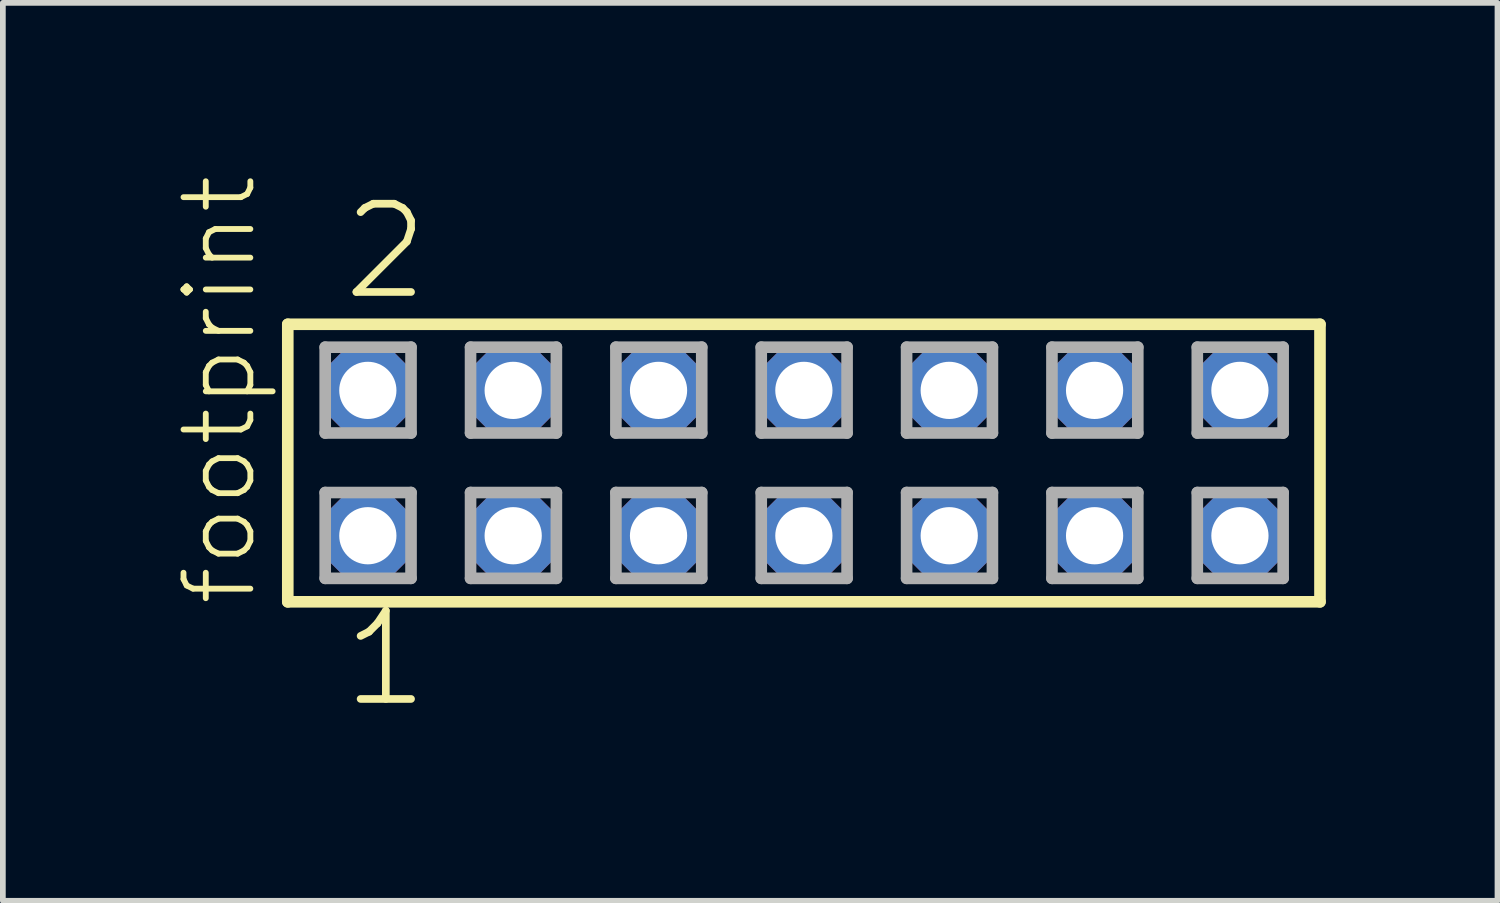
<source format=kicad_pcb>
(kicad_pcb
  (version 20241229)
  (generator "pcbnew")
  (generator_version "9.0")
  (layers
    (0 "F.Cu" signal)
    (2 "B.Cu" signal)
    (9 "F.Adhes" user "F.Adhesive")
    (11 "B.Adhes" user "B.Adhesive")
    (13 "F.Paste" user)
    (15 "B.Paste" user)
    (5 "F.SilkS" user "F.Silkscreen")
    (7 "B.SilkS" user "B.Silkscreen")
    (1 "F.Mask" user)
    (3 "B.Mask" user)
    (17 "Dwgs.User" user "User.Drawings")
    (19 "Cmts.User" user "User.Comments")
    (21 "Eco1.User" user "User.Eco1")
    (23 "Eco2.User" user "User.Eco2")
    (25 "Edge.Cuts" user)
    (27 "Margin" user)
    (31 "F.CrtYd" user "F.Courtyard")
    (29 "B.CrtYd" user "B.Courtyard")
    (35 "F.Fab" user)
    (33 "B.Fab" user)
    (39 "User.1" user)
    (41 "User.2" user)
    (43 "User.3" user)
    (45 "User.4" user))
  (footprint "footprint"
    (layer "F.Cu")
    (at 10.998 5.042)
    (property "Reference" "footprint" (at -9.525 2.54 90) (layer "F.SilkS") (effects (font (size 1.168 1.168) (thickness 0.102)) (justify left bottom)))
    (fp_line (start -9.019 -2.425) (end 9.019 -2.425) (stroke (width 0.203) (type solid)) (layer "F.SilkS"))
    (fp_line (start -9.019 2.425) (end -9.019 -2.425) (stroke (width 0.203) (type solid)) (layer "F.SilkS"))
    (fp_line (start 9.019 -2.425) (end 9.019 2.425) (stroke (width 0.203) (type solid)) (layer "F.SilkS"))
    (fp_line (start 9.019 2.425) (end -9.019 2.425) (stroke (width 0.203) (type solid)) (layer "F.SilkS"))
    (fp_line (start -8.365 -2.025) (end -6.865 -2.025) (stroke (width 0.203) (type solid)) (layer "F.Fab"))
    (fp_line (start -8.365 -0.525) (end -8.365 -2.025) (stroke (width 0.203) (type solid)) (layer "F.Fab"))
    (fp_line (start -8.365 0.515) (end -6.865 0.515) (stroke (width 0.203) (type solid)) (layer "F.Fab"))
    (fp_line (start -8.365 2.015) (end -8.365 0.515) (stroke (width 0.203) (type solid)) (layer "F.Fab"))
    (fp_line (start -6.865 -2.025) (end -6.865 -0.525) (stroke (width 0.203) (type solid)) (layer "F.Fab"))
    (fp_line (start -6.865 -0.525) (end -8.365 -0.525) (stroke (width 0.203) (type solid)) (layer "F.Fab"))
    (fp_line (start -6.865 0.515) (end -6.865 2.015) (stroke (width 0.203) (type solid)) (layer "F.Fab"))
    (fp_line (start -6.865 2.015) (end -8.365 2.015) (stroke (width 0.203) (type solid)) (layer "F.Fab"))
    (fp_line (start -5.825 -2.025) (end -4.325 -2.025) (stroke (width 0.203) (type solid)) (layer "F.Fab"))
    (fp_line (start -5.825 -0.525) (end -5.825 -2.025) (stroke (width 0.203) (type solid)) (layer "F.Fab"))
    (fp_line (start -5.825 0.515) (end -4.325 0.515) (stroke (width 0.203) (type solid)) (layer "F.Fab"))
    (fp_line (start -5.825 2.015) (end -5.825 0.515) (stroke (width 0.203) (type solid)) (layer "F.Fab"))
    (fp_line (start -4.325 -2.025) (end -4.325 -0.525) (stroke (width 0.203) (type solid)) (layer "F.Fab"))
    (fp_line (start -4.325 -0.525) (end -5.825 -0.525) (stroke (width 0.203) (type solid)) (layer "F.Fab"))
    (fp_line (start -4.325 0.515) (end -4.325 2.015) (stroke (width 0.203) (type solid)) (layer "F.Fab"))
    (fp_line (start -4.325 2.015) (end -5.825 2.015) (stroke (width 0.203) (type solid)) (layer "F.Fab"))
    (fp_line (start -3.285 -2.025) (end -1.785 -2.025) (stroke (width 0.203) (type solid)) (layer "F.Fab"))
    (fp_line (start -3.285 -0.525) (end -3.285 -2.025) (stroke (width 0.203) (type solid)) (layer "F.Fab"))
    (fp_line (start -3.285 0.515) (end -1.785 0.515) (stroke (width 0.203) (type solid)) (layer "F.Fab"))
    (fp_line (start -3.285 2.015) (end -3.285 0.515) (stroke (width 0.203) (type solid)) (layer "F.Fab"))
    (fp_line (start -1.785 -2.025) (end -1.785 -0.525) (stroke (width 0.203) (type solid)) (layer "F.Fab"))
    (fp_line (start -1.785 -0.525) (end -3.285 -0.525) (stroke (width 0.203) (type solid)) (layer "F.Fab"))
    (fp_line (start -1.785 0.515) (end -1.785 2.015) (stroke (width 0.203) (type solid)) (layer "F.Fab"))
    (fp_line (start -1.785 2.015) (end -3.285 2.015) (stroke (width 0.203) (type solid)) (layer "F.Fab"))
    (fp_line (start -0.745 -2.025) (end 0.755 -2.025) (stroke (width 0.203) (type solid)) (layer "F.Fab"))
    (fp_line (start -0.745 -0.525) (end -0.745 -2.025) (stroke (width 0.203) (type solid)) (layer "F.Fab"))
    (fp_line (start -0.745 0.515) (end 0.755 0.515) (stroke (width 0.203) (type solid)) (layer "F.Fab"))
    (fp_line (start -0.745 2.015) (end -0.745 0.515) (stroke (width 0.203) (type solid)) (layer "F.Fab"))
    (fp_line (start 0.755 -2.025) (end 0.755 -0.525) (stroke (width 0.203) (type solid)) (layer "F.Fab"))
    (fp_line (start 0.755 -0.525) (end -0.745 -0.525) (stroke (width 0.203) (type solid)) (layer "F.Fab"))
    (fp_line (start 0.755 0.515) (end 0.755 2.015) (stroke (width 0.203) (type solid)) (layer "F.Fab"))
    (fp_line (start 0.755 2.015) (end -0.745 2.015) (stroke (width 0.203) (type solid)) (layer "F.Fab"))
    (fp_line (start 1.795 -2.025) (end 3.295 -2.025) (stroke (width 0.203) (type solid)) (layer "F.Fab"))
    (fp_line (start 1.795 -0.525) (end 1.795 -2.025) (stroke (width 0.203) (type solid)) (layer "F.Fab"))
    (fp_line (start 1.795 0.515) (end 3.295 0.515) (stroke (width 0.203) (type solid)) (layer "F.Fab"))
    (fp_line (start 1.795 2.015) (end 1.795 0.515) (stroke (width 0.203) (type solid)) (layer "F.Fab"))
    (fp_line (start 3.295 -2.025) (end 3.295 -0.525) (stroke (width 0.203) (type solid)) (layer "F.Fab"))
    (fp_line (start 3.295 -0.525) (end 1.795 -0.525) (stroke (width 0.203) (type solid)) (layer "F.Fab"))
    (fp_line (start 3.295 0.515) (end 3.295 2.015) (stroke (width 0.203) (type solid)) (layer "F.Fab"))
    (fp_line (start 3.295 2.015) (end 1.795 2.015) (stroke (width 0.203) (type solid)) (layer "F.Fab"))
    (fp_line (start 4.335 -2.025) (end 5.835 -2.025) (stroke (width 0.203) (type solid)) (layer "F.Fab"))
    (fp_line (start 4.335 -0.525) (end 4.335 -2.025) (stroke (width 0.203) (type solid)) (layer "F.Fab"))
    (fp_line (start 4.335 0.515) (end 5.835 0.515) (stroke (width 0.203) (type solid)) (layer "F.Fab"))
    (fp_line (start 4.335 2.015) (end 4.335 0.515) (stroke (width 0.203) (type solid)) (layer "F.Fab"))
    (fp_line (start 5.835 -2.025) (end 5.835 -0.525) (stroke (width 0.203) (type solid)) (layer "F.Fab"))
    (fp_line (start 5.835 -0.525) (end 4.335 -0.525) (stroke (width 0.203) (type solid)) (layer "F.Fab"))
    (fp_line (start 5.835 0.515) (end 5.835 2.015) (stroke (width 0.203) (type solid)) (layer "F.Fab"))
    (fp_line (start 5.835 2.015) (end 4.335 2.015) (stroke (width 0.203) (type solid)) (layer "F.Fab"))
    (fp_line (start 6.875 -2.025) (end 8.375 -2.025) (stroke (width 0.203) (type solid)) (layer "F.Fab"))
    (fp_line (start 6.875 -0.525) (end 6.875 -2.025) (stroke (width 0.203) (type solid)) (layer "F.Fab"))
    (fp_line (start 6.875 0.515) (end 8.375 0.515) (stroke (width 0.203) (type solid)) (layer "F.Fab"))
    (fp_line (start 6.875 2.015) (end 6.875 0.515) (stroke (width 0.203) (type solid)) (layer "F.Fab"))
    (fp_line (start 8.375 -2.025) (end 8.375 -0.525) (stroke (width 0.203) (type solid)) (layer "F.Fab"))
    (fp_line (start 8.375 -0.525) (end 6.875 -0.525) (stroke (width 0.203) (type solid)) (layer "F.Fab"))
    (fp_line (start 8.375 0.515) (end 8.375 2.015) (stroke (width 0.203) (type solid)) (layer "F.Fab"))
    (fp_line (start 8.375 2.015) (end 6.875 2.015) (stroke (width 0.203) (type solid)) (layer "F.Fab"))
    (fp_text user "1" (at -8.128 4.318 0) (layer "F.SilkS") (effects (font (size 1.542 1.542) (thickness 0.134)) (justify left bottom)))
    (fp_text user "2" (at -8.128 -2.794 0) (layer "F.SilkS") (effects (font (size 1.542 1.542) (thickness 0.134)) (justify left bottom)))
    (pad "1" thru_hole roundrect (at -7.62 1.27) (size 1.5 1.5) (drill 1) (layers "*.Cu" "*.Mask") (roundrect_rratio 0.25) (chamfer_ratio 0.25) (chamfer top_left top_right bottom_left bottom_right))
    (pad "2" thru_hole roundrect (at -7.62 -1.27) (size 1.5 1.5) (drill 1) (layers "*.Cu" "*.Mask") (roundrect_rratio 0.25) (chamfer_ratio 0.25) (chamfer top_left top_right bottom_left bottom_right))
    (pad "3" thru_hole roundrect (at -5.08 1.27) (size 1.5 1.5) (drill 1) (layers "*.Cu" "*.Mask") (roundrect_rratio 0.25) (chamfer_ratio 0.25) (chamfer top_left top_right bottom_left bottom_right))
    (pad "4" thru_hole roundrect (at -5.08 -1.27) (size 1.5 1.5) (drill 1) (layers "*.Cu" "*.Mask") (roundrect_rratio 0.25) (chamfer_ratio 0.25) (chamfer top_left top_right bottom_left bottom_right))
    (pad "5" thru_hole roundrect (at -2.54 1.27) (size 1.5 1.5) (drill 1) (layers "*.Cu" "*.Mask") (roundrect_rratio 0.25) (chamfer_ratio 0.25) (chamfer top_left top_right bottom_left bottom_right))
    (pad "6" thru_hole roundrect (at -2.54 -1.27) (size 1.5 1.5) (drill 1) (layers "*.Cu" "*.Mask") (roundrect_rratio 0.25) (chamfer_ratio 0.25) (chamfer top_left top_right bottom_left bottom_right))
    (pad "7" thru_hole roundrect (at 0 1.27) (size 1.5 1.5) (drill 1) (layers "*.Cu" "*.Mask") (roundrect_rratio 0.25) (chamfer_ratio 0.25) (chamfer top_left top_right bottom_left bottom_right))
    (pad "8" thru_hole roundrect (at 0 -1.27) (size 1.5 1.5) (drill 1) (layers "*.Cu" "*.Mask") (roundrect_rratio 0.25) (chamfer_ratio 0.25) (chamfer top_left top_right bottom_left bottom_right))
    (pad "9" thru_hole roundrect (at 2.54 1.27) (size 1.5 1.5) (drill 1) (layers "*.Cu" "*.Mask") (roundrect_rratio 0.25) (chamfer_ratio 0.25) (chamfer top_left top_right bottom_left bottom_right))
    (pad "10" thru_hole roundrect (at 2.54 -1.27) (size 1.5 1.5) (drill 1) (layers "*.Cu" "*.Mask") (roundrect_rratio 0.25) (chamfer_ratio 0.25) (chamfer top_left top_right bottom_left bottom_right))
    (pad "11" thru_hole roundrect (at 5.08 1.27) (size 1.5 1.5) (drill 1) (layers "*.Cu" "*.Mask") (roundrect_rratio 0.25) (chamfer_ratio 0.25) (chamfer top_left top_right bottom_left bottom_right))
    (pad "12" thru_hole roundrect (at 5.08 -1.27) (size 1.5 1.5) (drill 1) (layers "*.Cu" "*.Mask") (roundrect_rratio 0.25) (chamfer_ratio 0.25) (chamfer top_left top_right bottom_left bottom_right))
    (pad "13" thru_hole roundrect (at 7.62 1.27) (size 1.5 1.5) (drill 1) (layers "*.Cu" "*.Mask") (roundrect_rratio 0.25) (chamfer_ratio 0.25) (chamfer top_left top_right bottom_left bottom_right))
    (pad "14" thru_hole roundrect (at 7.62 -1.27) (size 1.5 1.5) (drill 1) (layers "*.Cu" "*.Mask") (roundrect_rratio 0.25) (chamfer_ratio 0.25) (chamfer top_left top_right bottom_left bottom_right)))
  (gr_rect
    (start -3 -3)
    (end 23.119 12.691)
    (stroke (width 0.1) (type default))
    (fill no)
    (layer "Edge.Cuts")))
</source>
